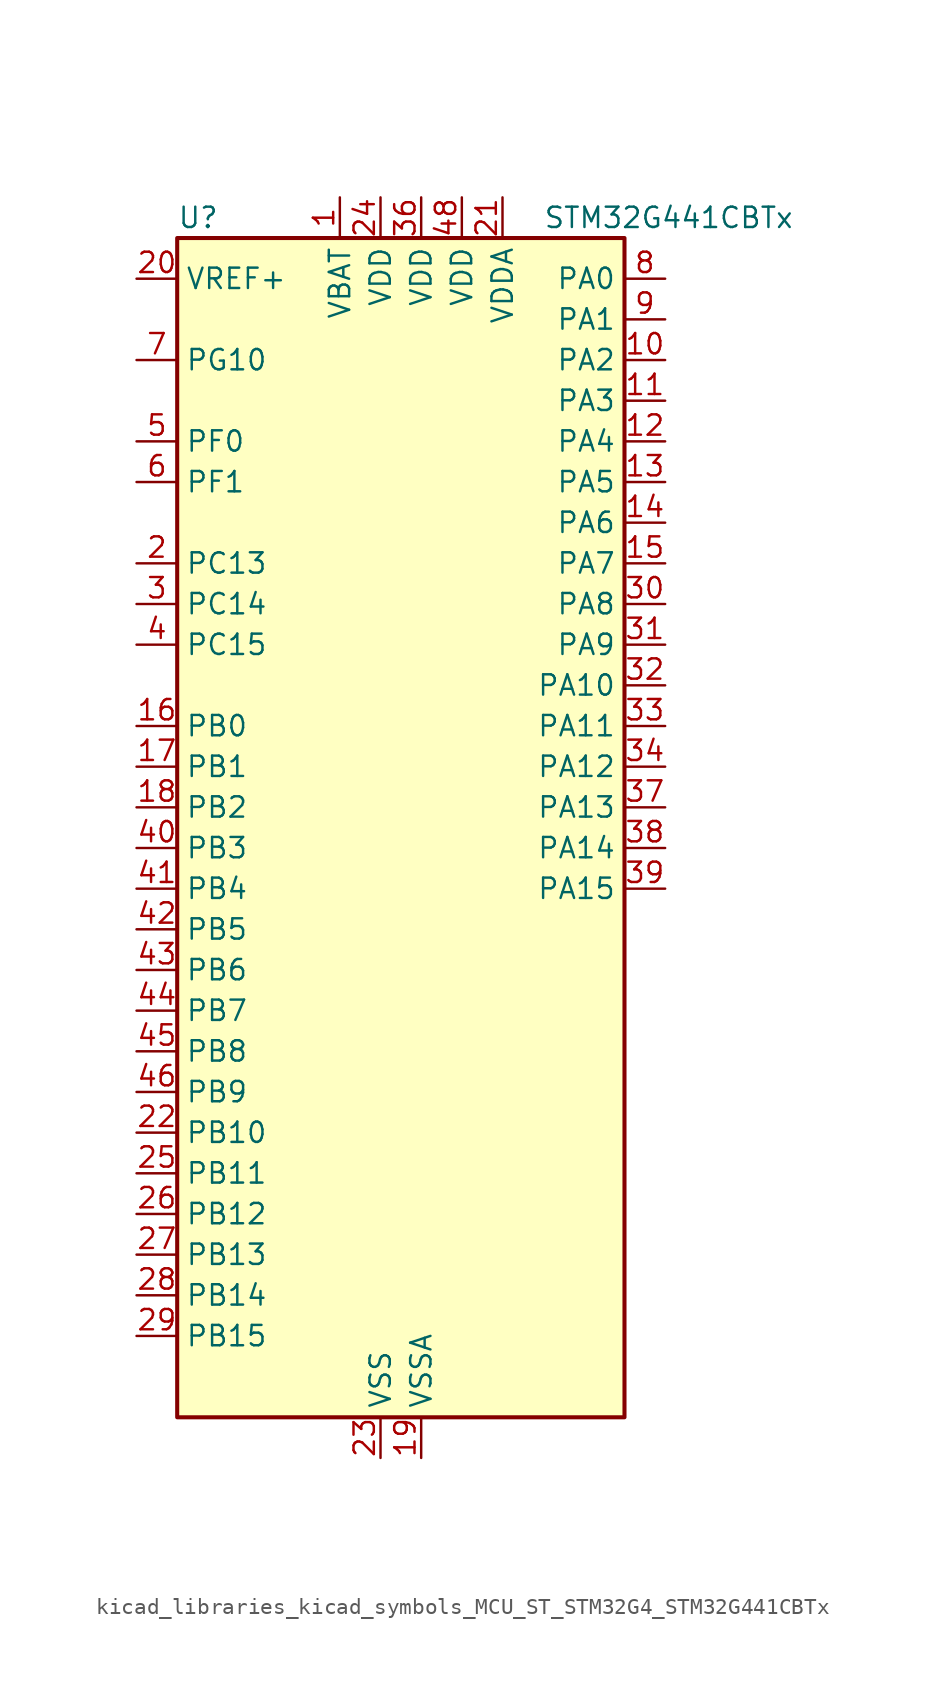
<source format=kicad_sym>
(kicad_symbol_lib
  (version 20220914)
  (generator kicad_symbol_editor)
  (symbol "kicad_libraries_kicad_symbols_MCU_ST_STM32G4_STM32G441CBTx"
    (property "Reference" "U"
      (at -12.7 39.37 0)
      (effects (font (size 1.27 1.27)) (justify left)))
    (property "Value" "STM32G441CBTx"
      (at 10.16 39.37 0)
      (effects (font (size 1.27 1.27)) (justify left)))
    (property "ki_locked" ""
      (at 0 0 0)
      (effects (font (size 1.27 1.27))))
    (symbol "kicad_libraries_kicad_symbols_MCU_ST_STM32G4_STM32G441CBTx_0_1"
      (rectangle (start -12.7 -35.56) (end 15.24 38.1) (stroke (width 0.254) (type default)) (fill (type background))))
    (symbol "kicad_libraries_kicad_symbols_MCU_ST_STM32G4_STM32G441CBTx_1_1"
      (pin power_in line (at -2.54 40.64 270) (length 2.54) (name "VBAT" (effects (font (size 1.27 1.27)))) (number "1" (effects (font (size 1.27 1.27)))))
      (pin bidirectional line (at 17.78 30.48 180) (length 2.54) (name "PA2" (effects (font (size 1.27 1.27)))) (number "10" (effects (font (size 1.27 1.27)))) (alternate "ADC1_IN3" bidirectional line) (alternate "COMP2_INM" bidirectional line) (alternate "COMP2_OUT" bidirectional line) (alternate "LPUART1_TX" bidirectional line) (alternate "OPAMP1_VOUT" bidirectional line) (alternate "RCC_LSCO" bidirectional line) (alternate "SYS_WKUP4" bidirectional line) (alternate "TIM15_CH1" bidirectional line) (alternate "TIM2_CH3" bidirectional line) (alternate "UCPD1_FRSTX1" bidirectional line) (alternate "UCPD1_FRSTX2" bidirectional line) (alternate "USART2_TX" bidirectional line))
      (pin bidirectional line (at 17.78 27.94 180) (length 2.54) (name "PA3" (effects (font (size 1.27 1.27)))) (number "11" (effects (font (size 1.27 1.27)))) (alternate "ADC1_IN4" bidirectional line) (alternate "COMP2_INP" bidirectional line) (alternate "LPUART1_RX" bidirectional line) (alternate "OPAMP1_VINM" bidirectional line) (alternate "OPAMP1_VINM0" bidirectional line) (alternate "OPAMP1_VINM_SEC" bidirectional line) (alternate "OPAMP1_VINP" bidirectional line) (alternate "OPAMP1_VINP_SEC" bidirectional line) (alternate "SAI1_CK1" bidirectional line) (alternate "SAI1_MCLK_A" bidirectional line) (alternate "TIM15_CH2" bidirectional line) (alternate "TIM2_CH4" bidirectional line) (alternate "USART2_RX" bidirectional line))
      (pin bidirectional line (at 17.78 25.4 180) (length 2.54) (name "PA4" (effects (font (size 1.27 1.27)))) (number "12" (effects (font (size 1.27 1.27)))) (alternate "ADC2_IN17" bidirectional line) (alternate "COMP1_INM" bidirectional line) (alternate "DAC1_OUT1" bidirectional line) (alternate "I2S3_WS" bidirectional line) (alternate "SAI1_FS_B" bidirectional line) (alternate "SPI1_NSS" bidirectional line) (alternate "SPI3_NSS" bidirectional line) (alternate "TIM3_CH2" bidirectional line) (alternate "USART2_CK" bidirectional line))
      (pin bidirectional line (at 17.78 22.86 180) (length 2.54) (name "PA5" (effects (font (size 1.27 1.27)))) (number "13" (effects (font (size 1.27 1.27)))) (alternate "ADC2_IN13" bidirectional line) (alternate "COMP2_INM" bidirectional line) (alternate "DAC1_OUT2" bidirectional line) (alternate "OPAMP2_VINM" bidirectional line) (alternate "OPAMP2_VINM0" bidirectional line) (alternate "OPAMP2_VINM_SEC" bidirectional line) (alternate "SPI1_SCK" bidirectional line) (alternate "TIM2_CH1" bidirectional line) (alternate "TIM2_ETR" bidirectional line) (alternate "UCPD1_FRSTX1" bidirectional line) (alternate "UCPD1_FRSTX2" bidirectional line))
      (pin bidirectional line (at 17.78 20.32 180) (length 2.54) (name "PA6" (effects (font (size 1.27 1.27)))) (number "14" (effects (font (size 1.27 1.27)))) (alternate "ADC2_IN3" bidirectional line) (alternate "COMP1_OUT" bidirectional line) (alternate "LPUART1_CTS" bidirectional line) (alternate "OPAMP2_VOUT" bidirectional line) (alternate "SPI1_MISO" bidirectional line) (alternate "TIM16_CH1" bidirectional line) (alternate "TIM1_BKIN" bidirectional line) (alternate "TIM3_CH1" bidirectional line) (alternate "TIM8_BKIN" bidirectional line))
      (pin bidirectional line (at 17.78 17.78 180) (length 2.54) (name "PA7" (effects (font (size 1.27 1.27)))) (number "15" (effects (font (size 1.27 1.27)))) (alternate "ADC2_IN4" bidirectional line) (alternate "COMP2_INP" bidirectional line) (alternate "COMP2_OUT" bidirectional line) (alternate "OPAMP1_VINP" bidirectional line) (alternate "OPAMP1_VINP_SEC" bidirectional line) (alternate "OPAMP2_VINP" bidirectional line) (alternate "OPAMP2_VINP_SEC" bidirectional line) (alternate "SPI1_MOSI" bidirectional line) (alternate "TIM17_CH1" bidirectional line) (alternate "TIM1_CH1N" bidirectional line) (alternate "TIM3_CH2" bidirectional line) (alternate "TIM8_CH1N" bidirectional line) (alternate "UCPD1_FRSTX1" bidirectional line) (alternate "UCPD1_FRSTX2" bidirectional line))
      (pin bidirectional line (at -15.24 7.62 0) (length 2.54) (name "PB0" (effects (font (size 1.27 1.27)))) (number "16" (effects (font (size 1.27 1.27)))) (alternate "ADC1_IN15" bidirectional line) (alternate "COMP4_INP" bidirectional line) (alternate "OPAMP2_VINP" bidirectional line) (alternate "OPAMP2_VINP_SEC" bidirectional line) (alternate "OPAMP3_VINP" bidirectional line) (alternate "OPAMP3_VINP_SEC" bidirectional line) (alternate "TIM1_CH2N" bidirectional line) (alternate "TIM3_CH3" bidirectional line) (alternate "TIM8_CH2N" bidirectional line) (alternate "UCPD1_FRSTX1" bidirectional line) (alternate "UCPD1_FRSTX2" bidirectional line))
      (pin bidirectional line (at -15.24 5.08 0) (length 2.54) (name "PB1" (effects (font (size 1.27 1.27)))) (number "17" (effects (font (size 1.27 1.27)))) (alternate "ADC1_IN12" bidirectional line) (alternate "COMP1_INP" bidirectional line) (alternate "COMP4_OUT" bidirectional line) (alternate "LPUART1_DE" bidirectional line) (alternate "LPUART1_RTS" bidirectional line) (alternate "OPAMP3_VOUT" bidirectional line) (alternate "TIM1_CH3N" bidirectional line) (alternate "TIM3_CH4" bidirectional line) (alternate "TIM8_CH3N" bidirectional line))
      (pin bidirectional line (at -15.24 2.54 0) (length 2.54) (name "PB2" (effects (font (size 1.27 1.27)))) (number "18" (effects (font (size 1.27 1.27)))) (alternate "ADC2_IN12" bidirectional line) (alternate "COMP4_INM" bidirectional line) (alternate "I2C3_SMBA" bidirectional line) (alternate "LPTIM1_OUT" bidirectional line) (alternate "OPAMP3_VINM" bidirectional line) (alternate "OPAMP3_VINM0" bidirectional line) (alternate "OPAMP3_VINM_SEC" bidirectional line) (alternate "RTC_OUT2" bidirectional line))
      (pin power_in line (at 2.54 -38.1 90) (length 2.54) (name "VSSA" (effects (font (size 1.27 1.27)))) (number "19" (effects (font (size 1.27 1.27)))))
      (pin bidirectional line (at -15.24 17.78 0) (length 2.54) (name "PC13" (effects (font (size 1.27 1.27)))) (number "2" (effects (font (size 1.27 1.27)))) (alternate "RTC_OUT1" bidirectional line) (alternate "RTC_TAMP1" bidirectional line) (alternate "RTC_TS" bidirectional line) (alternate "SYS_WKUP2" bidirectional line) (alternate "TIM1_BKIN" bidirectional line) (alternate "TIM1_CH1N" bidirectional line) (alternate "TIM8_CH4N" bidirectional line))
      (pin input line (at -15.24 35.56 0) (length 2.54) (name "VREF+" (effects (font (size 1.27 1.27)))) (number "20" (effects (font (size 1.27 1.27)))) (alternate "VREFBUF_OUT" bidirectional line))
      (pin power_in line (at 7.62 40.64 270) (length 2.54) (name "VDDA" (effects (font (size 1.27 1.27)))) (number "21" (effects (font (size 1.27 1.27)))))
      (pin bidirectional line (at -15.24 -17.78 0) (length 2.54) (name "PB10" (effects (font (size 1.27 1.27)))) (number "22" (effects (font (size 1.27 1.27)))) (alternate "DAC1_EXTI10" bidirectional line) (alternate "DAC3_EXTI10" bidirectional line) (alternate "LPUART1_RX" bidirectional line) (alternate "OPAMP3_VINM" bidirectional line) (alternate "OPAMP3_VINM1" bidirectional line) (alternate "OPAMP3_VINM_SEC" bidirectional line) (alternate "SAI1_SCK_A" bidirectional line) (alternate "TIM1_BKIN" bidirectional line) (alternate "TIM2_CH3" bidirectional line) (alternate "USART3_TX" bidirectional line))
      (pin power_in line (at 0 -38.1 90) (length 2.54) (name "VSS" (effects (font (size 1.27 1.27)))) (number "23" (effects (font (size 1.27 1.27)))))
      (pin power_in line (at 0 40.64 270) (length 2.54) (name "VDD" (effects (font (size 1.27 1.27)))) (number "24" (effects (font (size 1.27 1.27)))))
      (pin bidirectional line (at -15.24 -20.32 0) (length 2.54) (name "PB11" (effects (font (size 1.27 1.27)))) (number "25" (effects (font (size 1.27 1.27)))) (alternate "ADC1_EXTI11" bidirectional line) (alternate "ADC1_IN14" bidirectional line) (alternate "ADC2_EXTI11" bidirectional line) (alternate "ADC2_IN14" bidirectional line) (alternate "LPUART1_TX" bidirectional line) (alternate "TIM2_CH4" bidirectional line) (alternate "USART3_RX" bidirectional line))
      (pin bidirectional line (at -15.24 -22.86 0) (length 2.54) (name "PB12" (effects (font (size 1.27 1.27)))) (number "26" (effects (font (size 1.27 1.27)))) (alternate "ADC1_IN11" bidirectional line) (alternate "I2C2_SMBA" bidirectional line) (alternate "I2S2_WS" bidirectional line) (alternate "LPUART1_DE" bidirectional line) (alternate "LPUART1_RTS" bidirectional line) (alternate "SPI2_NSS" bidirectional line) (alternate "TIM1_BKIN" bidirectional line) (alternate "USART3_CK" bidirectional line))
      (pin bidirectional line (at -15.24 -25.4 0) (length 2.54) (name "PB13" (effects (font (size 1.27 1.27)))) (number "27" (effects (font (size 1.27 1.27)))) (alternate "I2S2_CK" bidirectional line) (alternate "LPUART1_CTS" bidirectional line) (alternate "OPAMP3_VINP" bidirectional line) (alternate "OPAMP3_VINP_SEC" bidirectional line) (alternate "SPI2_SCK" bidirectional line) (alternate "TIM1_CH1N" bidirectional line) (alternate "USART3_CTS" bidirectional line) (alternate "USART3_NSS" bidirectional line))
      (pin bidirectional line (at -15.24 -27.94 0) (length 2.54) (name "PB14" (effects (font (size 1.27 1.27)))) (number "28" (effects (font (size 1.27 1.27)))) (alternate "ADC1_IN5" bidirectional line) (alternate "COMP4_OUT" bidirectional line) (alternate "OPAMP2_VINP" bidirectional line) (alternate "OPAMP2_VINP_SEC" bidirectional line) (alternate "SPI2_MISO" bidirectional line) (alternate "TIM15_CH1" bidirectional line) (alternate "TIM1_CH2N" bidirectional line) (alternate "USART3_DE" bidirectional line) (alternate "USART3_RTS" bidirectional line))
      (pin bidirectional line (at -15.24 -30.48 0) (length 2.54) (name "PB15" (effects (font (size 1.27 1.27)))) (number "29" (effects (font (size 1.27 1.27)))) (alternate "ADC1_EXTI15" bidirectional line) (alternate "ADC2_EXTI15" bidirectional line) (alternate "ADC2_IN15" bidirectional line) (alternate "COMP3_OUT" bidirectional line) (alternate "I2S2_SD" bidirectional line) (alternate "RTC_REFIN" bidirectional line) (alternate "SPI2_MOSI" bidirectional line) (alternate "TIM15_CH1N" bidirectional line) (alternate "TIM15_CH2" bidirectional line) (alternate "TIM1_CH3N" bidirectional line))
      (pin bidirectional line (at -15.24 15.24 0) (length 2.54) (name "PC14" (effects (font (size 1.27 1.27)))) (number "3" (effects (font (size 1.27 1.27)))) (alternate "RCC_OSC32_IN" bidirectional line))
      (pin bidirectional line (at 17.78 15.24 180) (length 2.54) (name "PA8" (effects (font (size 1.27 1.27)))) (number "30" (effects (font (size 1.27 1.27)))) (alternate "I2C2_SDA" bidirectional line) (alternate "I2C3_SCL" bidirectional line) (alternate "I2S2_MCK" bidirectional line) (alternate "RCC_MCO" bidirectional line) (alternate "SAI1_CK2" bidirectional line) (alternate "SAI1_SCK_A" bidirectional line) (alternate "TIM1_CH1" bidirectional line) (alternate "TIM4_ETR" bidirectional line) (alternate "USART1_CK" bidirectional line))
      (pin bidirectional line (at 17.78 12.7 180) (length 2.54) (name "PA9" (effects (font (size 1.27 1.27)))) (number "31" (effects (font (size 1.27 1.27)))) (alternate "DAC1_EXTI9" bidirectional line) (alternate "DAC3_EXTI9" bidirectional line) (alternate "I2C2_SCL" bidirectional line) (alternate "I2C3_SMBA" bidirectional line) (alternate "I2S3_MCK" bidirectional line) (alternate "SAI1_FS_A" bidirectional line) (alternate "TIM15_BKIN" bidirectional line) (alternate "TIM1_CH2" bidirectional line) (alternate "TIM2_CH3" bidirectional line) (alternate "UCPD1_DBCC1" bidirectional line) (alternate "USART1_TX" bidirectional line))
      (pin bidirectional line (at 17.78 10.16 180) (length 2.54) (name "PA10" (effects (font (size 1.27 1.27)))) (number "32" (effects (font (size 1.27 1.27)))) (alternate "CRS_SYNC" bidirectional line) (alternate "DAC1_EXTI10" bidirectional line) (alternate "DAC3_EXTI10" bidirectional line) (alternate "I2C2_SMBA" bidirectional line) (alternate "SAI1_D1" bidirectional line) (alternate "SAI1_SD_A" bidirectional line) (alternate "SPI2_MISO" bidirectional line) (alternate "TIM17_BKIN" bidirectional line) (alternate "TIM1_CH3" bidirectional line) (alternate "TIM2_CH4" bidirectional line) (alternate "TIM8_BKIN" bidirectional line) (alternate "UCPD1_DBCC2" bidirectional line) (alternate "USART1_RX" bidirectional line))
      (pin bidirectional line (at 17.78 7.62 180) (length 2.54) (name "PA11" (effects (font (size 1.27 1.27)))) (number "33" (effects (font (size 1.27 1.27)))) (alternate "ADC1_EXTI11" bidirectional line) (alternate "ADC2_EXTI11" bidirectional line) (alternate "COMP1_OUT" bidirectional line) (alternate "FDCAN1_RX" bidirectional line) (alternate "I2S2_SD" bidirectional line) (alternate "SPI2_MOSI" bidirectional line) (alternate "TIM1_BKIN2" bidirectional line) (alternate "TIM1_CH1N" bidirectional line) (alternate "TIM1_CH4" bidirectional line) (alternate "TIM4_CH1" bidirectional line) (alternate "USART1_CTS" bidirectional line) (alternate "USART1_NSS" bidirectional line) (alternate "USB_DM" bidirectional line))
      (pin bidirectional line (at 17.78 5.08 180) (length 2.54) (name "PA12" (effects (font (size 1.27 1.27)))) (number "34" (effects (font (size 1.27 1.27)))) (alternate "COMP2_OUT" bidirectional line) (alternate "FDCAN1_TX" bidirectional line) (alternate "I2S_CKIN" bidirectional line) (alternate "TIM16_CH1" bidirectional line) (alternate "TIM1_CH2N" bidirectional line) (alternate "TIM1_ETR" bidirectional line) (alternate "TIM4_CH2" bidirectional line) (alternate "USART1_DE" bidirectional line) (alternate "USART1_RTS" bidirectional line) (alternate "USB_DP" bidirectional line))
      (pin passive line (at 0 -38.1 90) (length 2.54) hide (name "VSS" (effects (font (size 1.27 1.27)))) (number "35" (effects (font (size 1.27 1.27)))))
      (pin power_in line (at 2.54 40.64 270) (length 2.54) (name "VDD" (effects (font (size 1.27 1.27)))) (number "36" (effects (font (size 1.27 1.27)))))
      (pin bidirectional line (at 17.78 2.54 180) (length 2.54) (name "PA13" (effects (font (size 1.27 1.27)))) (number "37" (effects (font (size 1.27 1.27)))) (alternate "I2C1_SCL" bidirectional line) (alternate "IR_OUT" bidirectional line) (alternate "SAI1_SD_B" bidirectional line) (alternate "SYS_JTMS-SWDIO" bidirectional line) (alternate "TIM16_CH1N" bidirectional line) (alternate "TIM4_CH3" bidirectional line) (alternate "USART3_CTS" bidirectional line) (alternate "USART3_NSS" bidirectional line))
      (pin bidirectional line (at 17.78 0 180) (length 2.54) (name "PA14" (effects (font (size 1.27 1.27)))) (number "38" (effects (font (size 1.27 1.27)))) (alternate "I2C1_SDA" bidirectional line) (alternate "LPTIM1_OUT" bidirectional line) (alternate "SAI1_FS_B" bidirectional line) (alternate "SYS_JTCK-SWCLK" bidirectional line) (alternate "TIM1_BKIN" bidirectional line) (alternate "TIM8_CH2" bidirectional line) (alternate "USART2_TX" bidirectional line))
      (pin bidirectional line (at 17.78 -2.54 180) (length 2.54) (name "PA15" (effects (font (size 1.27 1.27)))) (number "39" (effects (font (size 1.27 1.27)))) (alternate "ADC1_EXTI15" bidirectional line) (alternate "ADC2_EXTI15" bidirectional line) (alternate "I2C1_SCL" bidirectional line) (alternate "I2S3_WS" bidirectional line) (alternate "SPI1_NSS" bidirectional line) (alternate "SPI3_NSS" bidirectional line) (alternate "SYS_JTDI" bidirectional line) (alternate "TIM1_BKIN" bidirectional line) (alternate "TIM2_CH1" bidirectional line) (alternate "TIM2_ETR" bidirectional line) (alternate "TIM8_CH1" bidirectional line) (alternate "USART2_RX" bidirectional line))
      (pin bidirectional line (at -15.24 12.7 0) (length 2.54) (name "PC15" (effects (font (size 1.27 1.27)))) (number "4" (effects (font (size 1.27 1.27)))) (alternate "ADC1_EXTI15" bidirectional line) (alternate "ADC2_EXTI15" bidirectional line) (alternate "RCC_OSC32_OUT" bidirectional line))
      (pin bidirectional line (at -15.24 0 0) (length 2.54) (name "PB3" (effects (font (size 1.27 1.27)))) (number "40" (effects (font (size 1.27 1.27)))) (alternate "CRS_SYNC" bidirectional line) (alternate "I2S3_CK" bidirectional line) (alternate "SAI1_SCK_B" bidirectional line) (alternate "SPI1_SCK" bidirectional line) (alternate "SPI3_SCK" bidirectional line) (alternate "SYS_JTDO-SWO" bidirectional line) (alternate "TIM2_CH2" bidirectional line) (alternate "TIM3_ETR" bidirectional line) (alternate "TIM4_ETR" bidirectional line) (alternate "TIM8_CH1N" bidirectional line) (alternate "USART2_TX" bidirectional line))
      (pin bidirectional line (at -15.24 -2.54 0) (length 2.54) (name "PB4" (effects (font (size 1.27 1.27)))) (number "41" (effects (font (size 1.27 1.27)))) (alternate "SAI1_MCLK_B" bidirectional line) (alternate "SPI1_MISO" bidirectional line) (alternate "SPI3_MISO" bidirectional line) (alternate "SYS_JTRST" bidirectional line) (alternate "TIM16_CH1" bidirectional line) (alternate "TIM17_BKIN" bidirectional line) (alternate "TIM3_CH1" bidirectional line) (alternate "TIM8_CH2N" bidirectional line) (alternate "UCPD1_CC2" bidirectional line) (alternate "USART2_RX" bidirectional line))
      (pin bidirectional line (at -15.24 -5.08 0) (length 2.54) (name "PB5" (effects (font (size 1.27 1.27)))) (number "42" (effects (font (size 1.27 1.27)))) (alternate "I2C1_SMBA" bidirectional line) (alternate "I2C3_SDA" bidirectional line) (alternate "I2S3_SD" bidirectional line) (alternate "LPTIM1_IN1" bidirectional line) (alternate "SAI1_SD_B" bidirectional line) (alternate "SPI1_MOSI" bidirectional line) (alternate "SPI3_MOSI" bidirectional line) (alternate "TIM16_BKIN" bidirectional line) (alternate "TIM17_CH1" bidirectional line) (alternate "TIM3_CH2" bidirectional line) (alternate "TIM8_CH3N" bidirectional line) (alternate "USART2_CK" bidirectional line))
      (pin bidirectional line (at -15.24 -7.62 0) (length 2.54) (name "PB6" (effects (font (size 1.27 1.27)))) (number "43" (effects (font (size 1.27 1.27)))) (alternate "COMP4_OUT" bidirectional line) (alternate "LPTIM1_ETR" bidirectional line) (alternate "SAI1_FS_B" bidirectional line) (alternate "TIM16_CH1N" bidirectional line) (alternate "TIM4_CH1" bidirectional line) (alternate "TIM8_BKIN2" bidirectional line) (alternate "TIM8_CH1" bidirectional line) (alternate "TIM8_ETR" bidirectional line) (alternate "UCPD1_CC1" bidirectional line) (alternate "USART1_TX" bidirectional line))
      (pin bidirectional line (at -15.24 -10.16 0) (length 2.54) (name "PB7" (effects (font (size 1.27 1.27)))) (number "44" (effects (font (size 1.27 1.27)))) (alternate "COMP3_OUT" bidirectional line) (alternate "I2C1_SDA" bidirectional line) (alternate "LPTIM1_IN2" bidirectional line) (alternate "SYS_PVD_IN" bidirectional line) (alternate "TIM17_CH1N" bidirectional line) (alternate "TIM3_CH4" bidirectional line) (alternate "TIM4_CH2" bidirectional line) (alternate "TIM8_BKIN" bidirectional line) (alternate "USART1_RX" bidirectional line))
      (pin bidirectional line (at -15.24 -12.7 0) (length 2.54) (name "PB8" (effects (font (size 1.27 1.27)))) (number "45" (effects (font (size 1.27 1.27)))) (alternate "COMP1_OUT" bidirectional line) (alternate "FDCAN1_RX" bidirectional line) (alternate "I2C1_SCL" bidirectional line) (alternate "SAI1_CK1" bidirectional line) (alternate "SAI1_MCLK_A" bidirectional line) (alternate "TIM16_CH1" bidirectional line) (alternate "TIM1_BKIN" bidirectional line) (alternate "TIM4_CH3" bidirectional line) (alternate "TIM8_CH2" bidirectional line) (alternate "USART3_RX" bidirectional line))
      (pin bidirectional line (at -15.24 -15.24 0) (length 2.54) (name "PB9" (effects (font (size 1.27 1.27)))) (number "46" (effects (font (size 1.27 1.27)))) (alternate "COMP2_OUT" bidirectional line) (alternate "DAC1_EXTI9" bidirectional line) (alternate "DAC3_EXTI9" bidirectional line) (alternate "FDCAN1_TX" bidirectional line) (alternate "I2C1_SDA" bidirectional line) (alternate "IR_OUT" bidirectional line) (alternate "SAI1_D2" bidirectional line) (alternate "SAI1_FS_A" bidirectional line) (alternate "TIM17_CH1" bidirectional line) (alternate "TIM1_CH3N" bidirectional line) (alternate "TIM4_CH4" bidirectional line) (alternate "TIM8_CH3" bidirectional line) (alternate "USART3_TX" bidirectional line))
      (pin passive line (at 0 -38.1 90) (length 2.54) hide (name "VSS" (effects (font (size 1.27 1.27)))) (number "47" (effects (font (size 1.27 1.27)))))
      (pin power_in line (at 5.08 40.64 270) (length 2.54) (name "VDD" (effects (font (size 1.27 1.27)))) (number "48" (effects (font (size 1.27 1.27)))))
      (pin bidirectional line (at -15.24 25.4 0) (length 2.54) (name "PF0" (effects (font (size 1.27 1.27)))) (number "5" (effects (font (size 1.27 1.27)))) (alternate "ADC1_IN10" bidirectional line) (alternate "I2C2_SDA" bidirectional line) (alternate "I2S2_WS" bidirectional line) (alternate "RCC_OSC_IN" bidirectional line) (alternate "SPI2_NSS" bidirectional line) (alternate "TIM1_CH3N" bidirectional line))
      (pin bidirectional line (at -15.24 22.86 0) (length 2.54) (name "PF1" (effects (font (size 1.27 1.27)))) (number "6" (effects (font (size 1.27 1.27)))) (alternate "ADC2_IN10" bidirectional line) (alternate "COMP3_INM" bidirectional line) (alternate "I2S2_CK" bidirectional line) (alternate "RCC_OSC_OUT" bidirectional line) (alternate "SPI2_SCK" bidirectional line))
      (pin bidirectional line (at -15.24 30.48 0) (length 2.54) (name "PG10" (effects (font (size 1.27 1.27)))) (number "7" (effects (font (size 1.27 1.27)))) (alternate "DAC1_EXTI10" bidirectional line) (alternate "DAC3_EXTI10" bidirectional line) (alternate "RCC_MCO" bidirectional line))
      (pin bidirectional line (at 17.78 35.56 180) (length 2.54) (name "PA0" (effects (font (size 1.27 1.27)))) (number "8" (effects (font (size 1.27 1.27)))) (alternate "ADC1_IN1" bidirectional line) (alternate "ADC2_IN1" bidirectional line) (alternate "COMP1_INM" bidirectional line) (alternate "COMP1_OUT" bidirectional line) (alternate "COMP3_INP" bidirectional line) (alternate "RTC_TAMP2" bidirectional line) (alternate "SYS_WKUP1" bidirectional line) (alternate "TIM2_CH1" bidirectional line) (alternate "TIM2_ETR" bidirectional line) (alternate "TIM8_BKIN" bidirectional line) (alternate "TIM8_ETR" bidirectional line) (alternate "USART2_CTS" bidirectional line) (alternate "USART2_NSS" bidirectional line))
      (pin bidirectional line (at 17.78 33.02 180) (length 2.54) (name "PA1" (effects (font (size 1.27 1.27)))) (number "9" (effects (font (size 1.27 1.27)))) (alternate "ADC1_IN2" bidirectional line) (alternate "ADC2_IN2" bidirectional line) (alternate "COMP1_INP" bidirectional line) (alternate "OPAMP1_VINP" bidirectional line) (alternate "OPAMP1_VINP_SEC" bidirectional line) (alternate "OPAMP3_VINP" bidirectional line) (alternate "OPAMP3_VINP_SEC" bidirectional line) (alternate "RTC_REFIN" bidirectional line) (alternate "TIM15_CH1N" bidirectional line) (alternate "TIM2_CH2" bidirectional line) (alternate "USART2_DE" bidirectional line) (alternate "USART2_RTS" bidirectional line)))))
</source>
